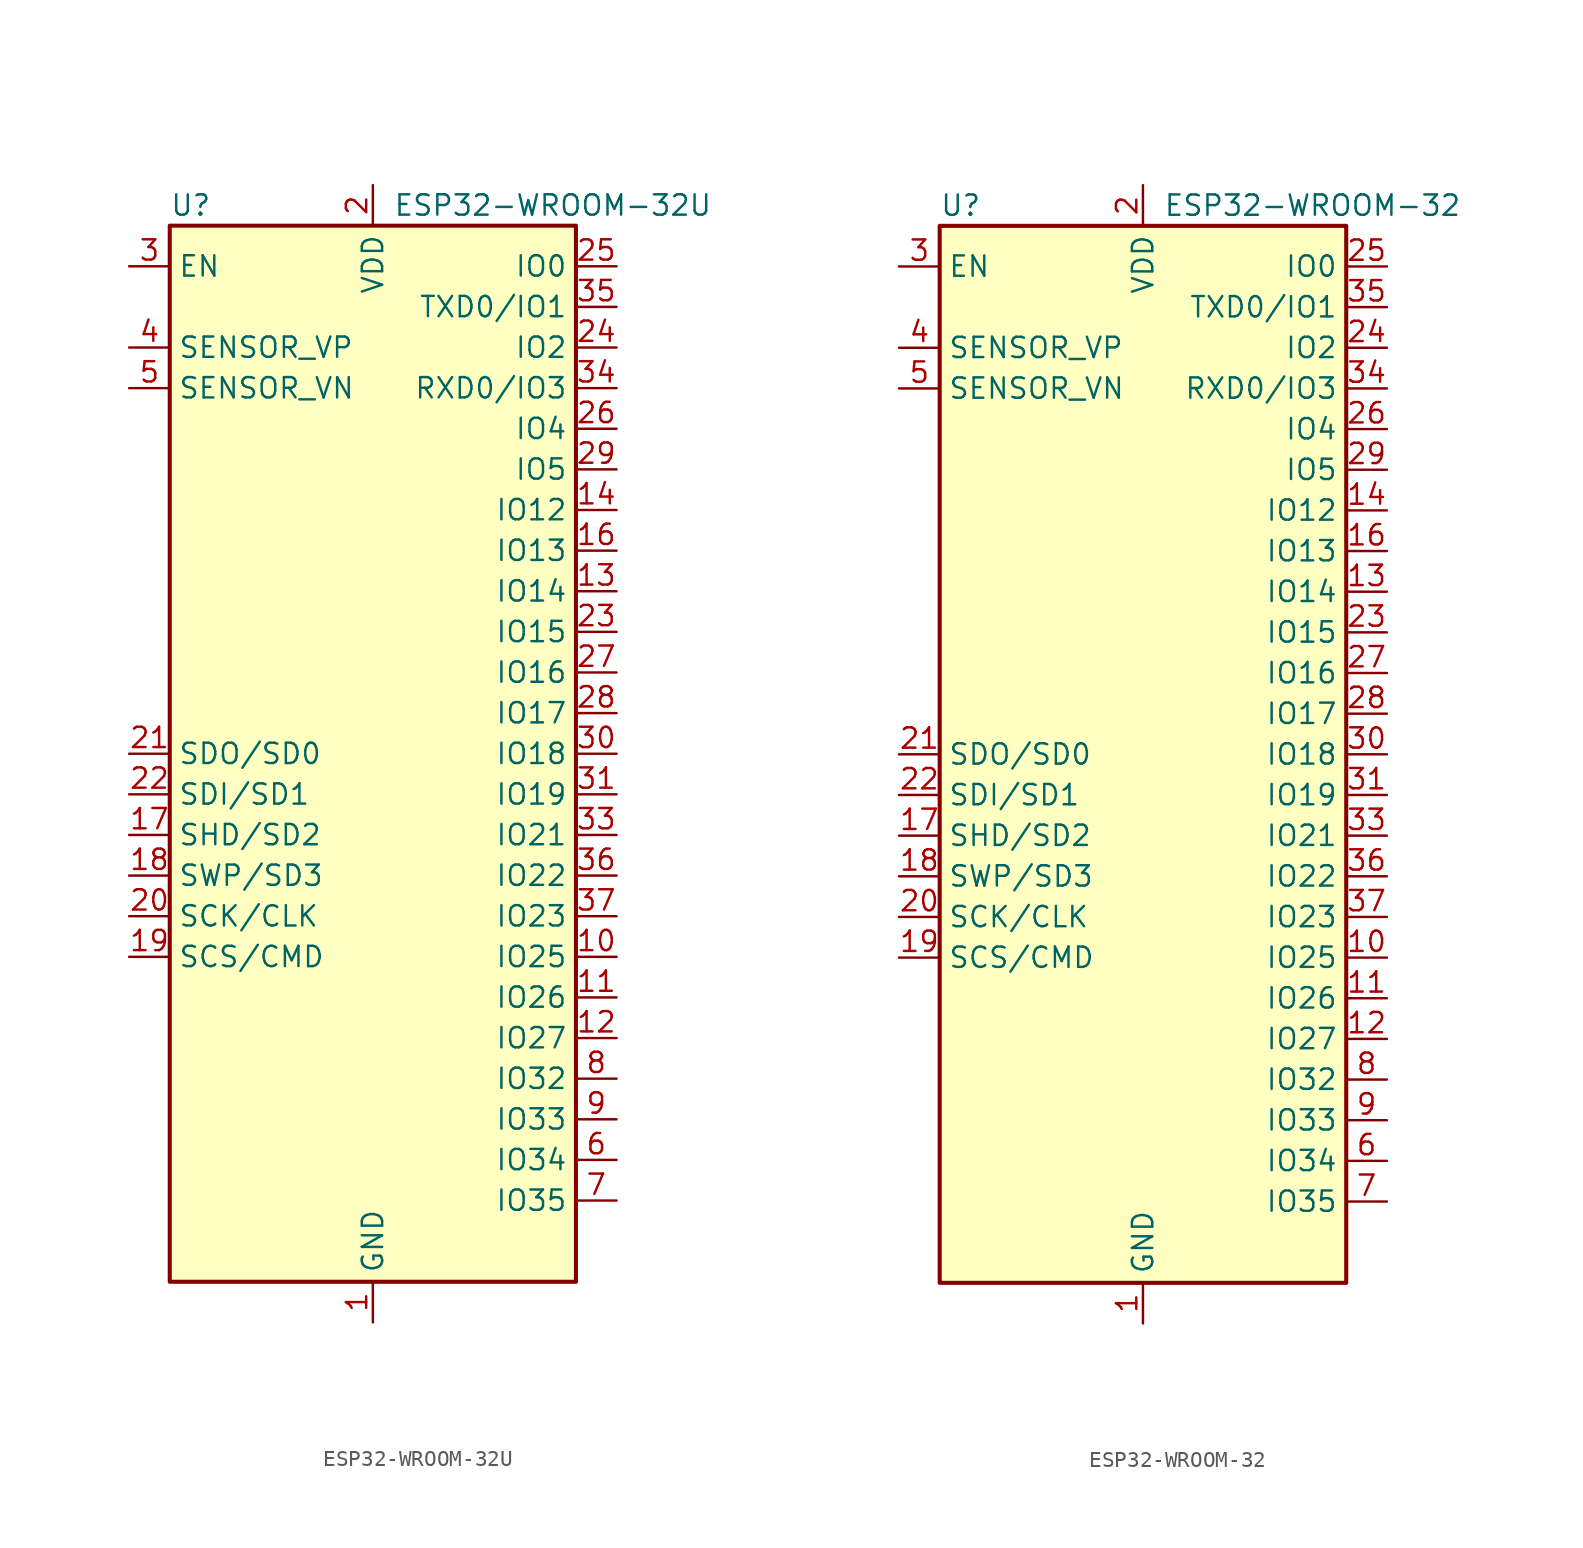
<source format=kicad_sym>
(kicad_symbol_lib
  (version 20200908)
  (generator kicad_symbol_editor)
  (symbol "RF_Module:ESP32-WROOM-32U"
    (property "Reference" "U"
      (at -12.7 34.29 0)
      (effects (font (size 1.27 1.27)) (justify left)))
    (property "Value" "ESP32-WROOM-32U"
      (at 1.27 34.29 0)
      (effects (font (size 1.27 1.27)) (justify left)))
    (symbol "ESP32-WROOM-32U_0_1"
      (rectangle (start -12.7 33.02) (end 12.7 -33.02) (stroke (width 0.254)) (fill (type background))))
    (symbol "ESP32-WROOM-32U_1_1"
      (pin power_in line (at 0 -35.56 90) (length 2.54) (name "GND" (effects (font (size 1.27 1.27)))) (number "1" (effects (font (size 1.27 1.27)))))
      (pin bidirectional line (at 15.24 -12.7 180) (length 2.54) (name "IO25" (effects (font (size 1.27 1.27)))) (number "10" (effects (font (size 1.27 1.27)))))
      (pin bidirectional line (at 15.24 -15.24 180) (length 2.54) (name "IO26" (effects (font (size 1.27 1.27)))) (number "11" (effects (font (size 1.27 1.27)))))
      (pin bidirectional line (at 15.24 -17.78 180) (length 2.54) (name "IO27" (effects (font (size 1.27 1.27)))) (number "12" (effects (font (size 1.27 1.27)))))
      (pin bidirectional line (at 15.24 10.16 180) (length 2.54) (name "IO14" (effects (font (size 1.27 1.27)))) (number "13" (effects (font (size 1.27 1.27)))))
      (pin bidirectional line (at 15.24 15.24 180) (length 2.54) (name "IO12" (effects (font (size 1.27 1.27)))) (number "14" (effects (font (size 1.27 1.27)))))
      (pin passive line (at 0 -35.56 90) (length 2.54) hide (name "GND" (effects (font (size 1.27 1.27)))) (number "15" (effects (font (size 1.27 1.27)))))
      (pin bidirectional line (at 15.24 12.7 180) (length 2.54) (name "IO13" (effects (font (size 1.27 1.27)))) (number "16" (effects (font (size 1.27 1.27)))))
      (pin bidirectional line (at -15.24 -5.08 0) (length 2.54) (name "SHD/SD2" (effects (font (size 1.27 1.27)))) (number "17" (effects (font (size 1.27 1.27)))))
      (pin bidirectional line (at -15.24 -7.62 0) (length 2.54) (name "SWP/SD3" (effects (font (size 1.27 1.27)))) (number "18" (effects (font (size 1.27 1.27)))))
      (pin bidirectional line (at -15.24 -12.7 0) (length 2.54) (name "SCS/CMD" (effects (font (size 1.27 1.27)))) (number "19" (effects (font (size 1.27 1.27)))))
      (pin power_in line (at 0 35.56 270) (length 2.54) (name "VDD" (effects (font (size 1.27 1.27)))) (number "2" (effects (font (size 1.27 1.27)))))
      (pin bidirectional line (at -15.24 -10.16 0) (length 2.54) (name "SCK/CLK" (effects (font (size 1.27 1.27)))) (number "20" (effects (font (size 1.27 1.27)))))
      (pin bidirectional line (at -15.24 0 0) (length 2.54) (name "SDO/SD0" (effects (font (size 1.27 1.27)))) (number "21" (effects (font (size 1.27 1.27)))))
      (pin bidirectional line (at -15.24 -2.54 0) (length 2.54) (name "SDI/SD1" (effects (font (size 1.27 1.27)))) (number "22" (effects (font (size 1.27 1.27)))))
      (pin bidirectional line (at 15.24 7.62 180) (length 2.54) (name "IO15" (effects (font (size 1.27 1.27)))) (number "23" (effects (font (size 1.27 1.27)))))
      (pin bidirectional line (at 15.24 25.4 180) (length 2.54) (name "IO2" (effects (font (size 1.27 1.27)))) (number "24" (effects (font (size 1.27 1.27)))))
      (pin bidirectional line (at 15.24 30.48 180) (length 2.54) (name "IO0" (effects (font (size 1.27 1.27)))) (number "25" (effects (font (size 1.27 1.27)))))
      (pin bidirectional line (at 15.24 20.32 180) (length 2.54) (name "IO4" (effects (font (size 1.27 1.27)))) (number "26" (effects (font (size 1.27 1.27)))))
      (pin bidirectional line (at 15.24 5.08 180) (length 2.54) (name "IO16" (effects (font (size 1.27 1.27)))) (number "27" (effects (font (size 1.27 1.27)))))
      (pin bidirectional line (at 15.24 2.54 180) (length 2.54) (name "IO17" (effects (font (size 1.27 1.27)))) (number "28" (effects (font (size 1.27 1.27)))))
      (pin bidirectional line (at 15.24 17.78 180) (length 2.54) (name "IO5" (effects (font (size 1.27 1.27)))) (number "29" (effects (font (size 1.27 1.27)))))
      (pin input line (at -15.24 30.48 0) (length 2.54) (name "EN" (effects (font (size 1.27 1.27)))) (number "3" (effects (font (size 1.27 1.27)))))
      (pin bidirectional line (at 15.24 0 180) (length 2.54) (name "IO18" (effects (font (size 1.27 1.27)))) (number "30" (effects (font (size 1.27 1.27)))))
      (pin bidirectional line (at 15.24 -2.54 180) (length 2.54) (name "IO19" (effects (font (size 1.27 1.27)))) (number "31" (effects (font (size 1.27 1.27)))))
      (pin unconnected line (at -12.7 -27.94 0) (length 2.54) hide (name "NC" (effects (font (size 1.27 1.27)))) (number "32" (effects (font (size 1.27 1.27)))))
      (pin bidirectional line (at 15.24 -5.08 180) (length 2.54) (name "IO21" (effects (font (size 1.27 1.27)))) (number "33" (effects (font (size 1.27 1.27)))))
      (pin bidirectional line (at 15.24 22.86 180) (length 2.54) (name "RXD0/IO3" (effects (font (size 1.27 1.27)))) (number "34" (effects (font (size 1.27 1.27)))))
      (pin bidirectional line (at 15.24 27.94 180) (length 2.54) (name "TXD0/IO1" (effects (font (size 1.27 1.27)))) (number "35" (effects (font (size 1.27 1.27)))))
      (pin bidirectional line (at 15.24 -7.62 180) (length 2.54) (name "IO22" (effects (font (size 1.27 1.27)))) (number "36" (effects (font (size 1.27 1.27)))))
      (pin bidirectional line (at 15.24 -10.16 180) (length 2.54) (name "IO23" (effects (font (size 1.27 1.27)))) (number "37" (effects (font (size 1.27 1.27)))))
      (pin passive line (at 0 -35.56 90) (length 2.54) hide (name "GND" (effects (font (size 1.27 1.27)))) (number "38" (effects (font (size 1.27 1.27)))))
      (pin passive line (at 0 -35.56 90) (length 2.54) hide (name "GND" (effects (font (size 1.27 1.27)))) (number "39" (effects (font (size 1.27 1.27)))))
      (pin input line (at -15.24 25.4 0) (length 2.54) (name "SENSOR_VP" (effects (font (size 1.27 1.27)))) (number "4" (effects (font (size 1.27 1.27)))))
      (pin input line (at -15.24 22.86 0) (length 2.54) (name "SENSOR_VN" (effects (font (size 1.27 1.27)))) (number "5" (effects (font (size 1.27 1.27)))))
      (pin input line (at 15.24 -25.4 180) (length 2.54) (name "IO34" (effects (font (size 1.27 1.27)))) (number "6" (effects (font (size 1.27 1.27)))))
      (pin input line (at 15.24 -27.94 180) (length 2.54) (name "IO35" (effects (font (size 1.27 1.27)))) (number "7" (effects (font (size 1.27 1.27)))))
      (pin bidirectional line (at 15.24 -20.32 180) (length 2.54) (name "IO32" (effects (font (size 1.27 1.27)))) (number "8" (effects (font (size 1.27 1.27)))))
      (pin bidirectional line (at 15.24 -22.86 180) (length 2.54) (name "IO33" (effects (font (size 1.27 1.27)))) (number "9" (effects (font (size 1.27 1.27)))))))
  (symbol "RF_Module:ESP32-WROOM-32"
    (property "Reference" "U"
      (at -12.7 34.29 0)
      (effects (font (size 1.27 1.27)) (justify left)))
    (property "Value" "ESP32-WROOM-32"
      (at 1.27 34.29 0)
      (effects (font (size 1.27 1.27)) (justify left)))
    (symbol "ESP32-WROOM-32_0_1"
      (rectangle (start -12.7 33.02) (end 12.7 -33.02) (stroke (width 0.254)) (fill (type background))))
    (symbol "ESP32-WROOM-32_1_1"
      (pin power_in line (at 0 -35.56 90) (length 2.54) (name "GND" (effects (font (size 1.27 1.27)))) (number "1" (effects (font (size 1.27 1.27)))))
      (pin bidirectional line (at 15.24 -12.7 180) (length 2.54) (name "IO25" (effects (font (size 1.27 1.27)))) (number "10" (effects (font (size 1.27 1.27)))))
      (pin bidirectional line (at 15.24 -15.24 180) (length 2.54) (name "IO26" (effects (font (size 1.27 1.27)))) (number "11" (effects (font (size 1.27 1.27)))))
      (pin bidirectional line (at 15.24 -17.78 180) (length 2.54) (name "IO27" (effects (font (size 1.27 1.27)))) (number "12" (effects (font (size 1.27 1.27)))))
      (pin bidirectional line (at 15.24 10.16 180) (length 2.54) (name "IO14" (effects (font (size 1.27 1.27)))) (number "13" (effects (font (size 1.27 1.27)))))
      (pin bidirectional line (at 15.24 15.24 180) (length 2.54) (name "IO12" (effects (font (size 1.27 1.27)))) (number "14" (effects (font (size 1.27 1.27)))))
      (pin passive line (at 0 -35.56 90) (length 2.54) hide (name "GND" (effects (font (size 1.27 1.27)))) (number "15" (effects (font (size 1.27 1.27)))))
      (pin bidirectional line (at 15.24 12.7 180) (length 2.54) (name "IO13" (effects (font (size 1.27 1.27)))) (number "16" (effects (font (size 1.27 1.27)))))
      (pin bidirectional line (at -15.24 -5.08 0) (length 2.54) (name "SHD/SD2" (effects (font (size 1.27 1.27)))) (number "17" (effects (font (size 1.27 1.27)))))
      (pin bidirectional line (at -15.24 -7.62 0) (length 2.54) (name "SWP/SD3" (effects (font (size 1.27 1.27)))) (number "18" (effects (font (size 1.27 1.27)))))
      (pin bidirectional line (at -15.24 -12.7 0) (length 2.54) (name "SCS/CMD" (effects (font (size 1.27 1.27)))) (number "19" (effects (font (size 1.27 1.27)))))
      (pin power_in line (at 0 35.56 270) (length 2.54) (name "VDD" (effects (font (size 1.27 1.27)))) (number "2" (effects (font (size 1.27 1.27)))))
      (pin bidirectional line (at -15.24 -10.16 0) (length 2.54) (name "SCK/CLK" (effects (font (size 1.27 1.27)))) (number "20" (effects (font (size 1.27 1.27)))))
      (pin bidirectional line (at -15.24 0 0) (length 2.54) (name "SDO/SD0" (effects (font (size 1.27 1.27)))) (number "21" (effects (font (size 1.27 1.27)))))
      (pin bidirectional line (at -15.24 -2.54 0) (length 2.54) (name "SDI/SD1" (effects (font (size 1.27 1.27)))) (number "22" (effects (font (size 1.27 1.27)))))
      (pin bidirectional line (at 15.24 7.62 180) (length 2.54) (name "IO15" (effects (font (size 1.27 1.27)))) (number "23" (effects (font (size 1.27 1.27)))))
      (pin bidirectional line (at 15.24 25.4 180) (length 2.54) (name "IO2" (effects (font (size 1.27 1.27)))) (number "24" (effects (font (size 1.27 1.27)))))
      (pin bidirectional line (at 15.24 30.48 180) (length 2.54) (name "IO0" (effects (font (size 1.27 1.27)))) (number "25" (effects (font (size 1.27 1.27)))))
      (pin bidirectional line (at 15.24 20.32 180) (length 2.54) (name "IO4" (effects (font (size 1.27 1.27)))) (number "26" (effects (font (size 1.27 1.27)))))
      (pin bidirectional line (at 15.24 5.08 180) (length 2.54) (name "IO16" (effects (font (size 1.27 1.27)))) (number "27" (effects (font (size 1.27 1.27)))))
      (pin bidirectional line (at 15.24 2.54 180) (length 2.54) (name "IO17" (effects (font (size 1.27 1.27)))) (number "28" (effects (font (size 1.27 1.27)))))
      (pin bidirectional line (at 15.24 17.78 180) (length 2.54) (name "IO5" (effects (font (size 1.27 1.27)))) (number "29" (effects (font (size 1.27 1.27)))))
      (pin input line (at -15.24 30.48 0) (length 2.54) (name "EN" (effects (font (size 1.27 1.27)))) (number "3" (effects (font (size 1.27 1.27)))))
      (pin bidirectional line (at 15.24 0 180) (length 2.54) (name "IO18" (effects (font (size 1.27 1.27)))) (number "30" (effects (font (size 1.27 1.27)))))
      (pin bidirectional line (at 15.24 -2.54 180) (length 2.54) (name "IO19" (effects (font (size 1.27 1.27)))) (number "31" (effects (font (size 1.27 1.27)))))
      (pin unconnected line (at -12.7 -27.94 0) (length 2.54) hide (name "NC" (effects (font (size 1.27 1.27)))) (number "32" (effects (font (size 1.27 1.27)))))
      (pin bidirectional line (at 15.24 -5.08 180) (length 2.54) (name "IO21" (effects (font (size 1.27 1.27)))) (number "33" (effects (font (size 1.27 1.27)))))
      (pin bidirectional line (at 15.24 22.86 180) (length 2.54) (name "RXD0/IO3" (effects (font (size 1.27 1.27)))) (number "34" (effects (font (size 1.27 1.27)))))
      (pin bidirectional line (at 15.24 27.94 180) (length 2.54) (name "TXD0/IO1" (effects (font (size 1.27 1.27)))) (number "35" (effects (font (size 1.27 1.27)))))
      (pin bidirectional line (at 15.24 -7.62 180) (length 2.54) (name "IO22" (effects (font (size 1.27 1.27)))) (number "36" (effects (font (size 1.27 1.27)))))
      (pin bidirectional line (at 15.24 -10.16 180) (length 2.54) (name "IO23" (effects (font (size 1.27 1.27)))) (number "37" (effects (font (size 1.27 1.27)))))
      (pin passive line (at 0 -35.56 90) (length 2.54) hide (name "GND" (effects (font (size 1.27 1.27)))) (number "38" (effects (font (size 1.27 1.27)))))
      (pin passive line (at 0 -35.56 90) (length 2.54) hide (name "GND" (effects (font (size 1.27 1.27)))) (number "39" (effects (font (size 1.27 1.27)))))
      (pin input line (at -15.24 25.4 0) (length 2.54) (name "SENSOR_VP" (effects (font (size 1.27 1.27)))) (number "4" (effects (font (size 1.27 1.27)))))
      (pin input line (at -15.24 22.86 0) (length 2.54) (name "SENSOR_VN" (effects (font (size 1.27 1.27)))) (number "5" (effects (font (size 1.27 1.27)))))
      (pin input line (at 15.24 -25.4 180) (length 2.54) (name "IO34" (effects (font (size 1.27 1.27)))) (number "6" (effects (font (size 1.27 1.27)))))
      (pin input line (at 15.24 -27.94 180) (length 2.54) (name "IO35" (effects (font (size 1.27 1.27)))) (number "7" (effects (font (size 1.27 1.27)))))
      (pin bidirectional line (at 15.24 -20.32 180) (length 2.54) (name "IO32" (effects (font (size 1.27 1.27)))) (number "8" (effects (font (size 1.27 1.27)))))
      (pin bidirectional line (at 15.24 -22.86 180) (length 2.54) (name "IO33" (effects (font (size 1.27 1.27)))) (number "9" (effects (font (size 1.27 1.27))))))))
</source>
